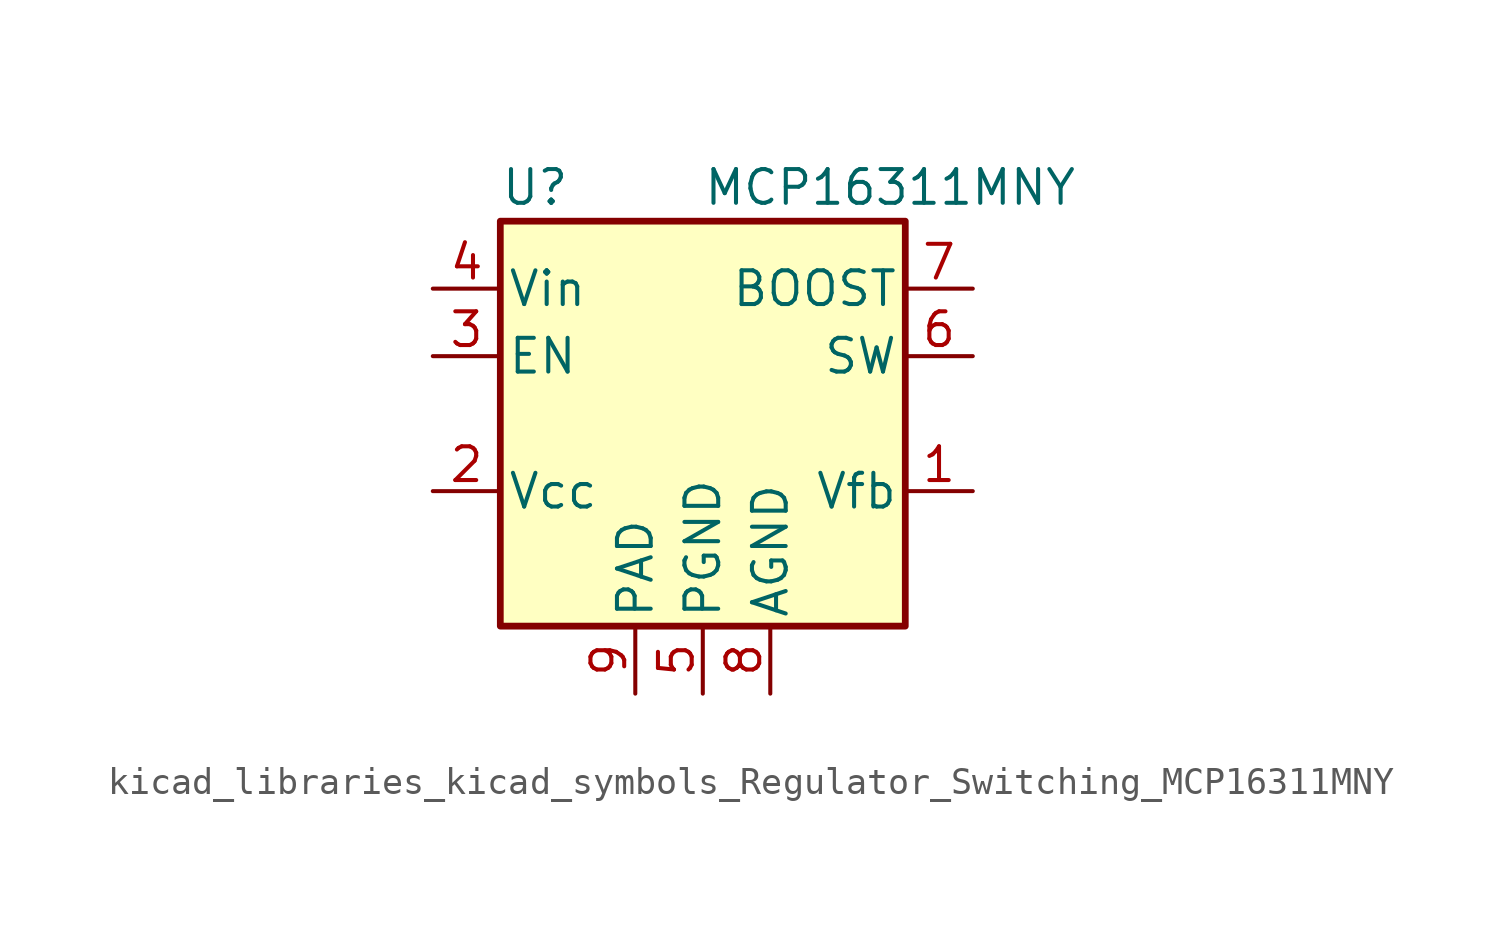
<source format=kicad_sym>
(kicad_symbol_lib
  (version 20220914)
  (generator kicad_symbol_editor)
  (symbol "kicad_libraries_kicad_symbols_Regulator_Switching_MCP16311MNY"
    (pin_names
      (offset 0.254))
    (property "Reference" "U"
      (at -7.62 11.43 0)
      (effects (font (size 1.27 1.27)) (justify left)))
    (property "Value" "MCP16311MNY"
      (at 0 11.43 0)
      (effects (font (size 1.27 1.27)) (justify left)))
    (symbol "kicad_libraries_kicad_symbols_Regulator_Switching_MCP16311MNY_0_1"
      (rectangle (start -7.62 10.16) (end 7.62 -5.08) (stroke (width 0.254) (type default)) (fill (type background))))
    (symbol "kicad_libraries_kicad_symbols_Regulator_Switching_MCP16311MNY_1_1"
      (pin input line (at 10.16 0 180) (length 2.54) (name "Vfb" (effects (font (size 1.27 1.27)))) (number "1" (effects (font (size 1.27 1.27)))))
      (pin power_out line (at -10.16 0 0) (length 2.54) (name "Vcc" (effects (font (size 1.27 1.27)))) (number "2" (effects (font (size 1.27 1.27)))))
      (pin input line (at -10.16 5.08 0) (length 2.54) (name "EN" (effects (font (size 1.27 1.27)))) (number "3" (effects (font (size 1.27 1.27)))))
      (pin power_in line (at -10.16 7.62 0) (length 2.54) (name "Vin" (effects (font (size 1.27 1.27)))) (number "4" (effects (font (size 1.27 1.27)))))
      (pin power_in line (at 0 -7.62 90) (length 2.54) (name "PGND" (effects (font (size 1.27 1.27)))) (number "5" (effects (font (size 1.27 1.27)))))
      (pin power_out line (at 10.16 5.08 180) (length 2.54) (name "SW" (effects (font (size 1.27 1.27)))) (number "6" (effects (font (size 1.27 1.27)))))
      (pin output line (at 10.16 7.62 180) (length 2.54) (name "BOOST" (effects (font (size 1.27 1.27)))) (number "7" (effects (font (size 1.27 1.27)))))
      (pin power_in line (at 2.54 -7.62 90) (length 2.54) (name "AGND" (effects (font (size 1.27 1.27)))) (number "8" (effects (font (size 1.27 1.27)))))
      (pin power_in line (at -2.54 -7.62 90) (length 2.54) (name "PAD" (effects (font (size 1.27 1.27)))) (number "9" (effects (font (size 1.27 1.27))))))))
</source>
